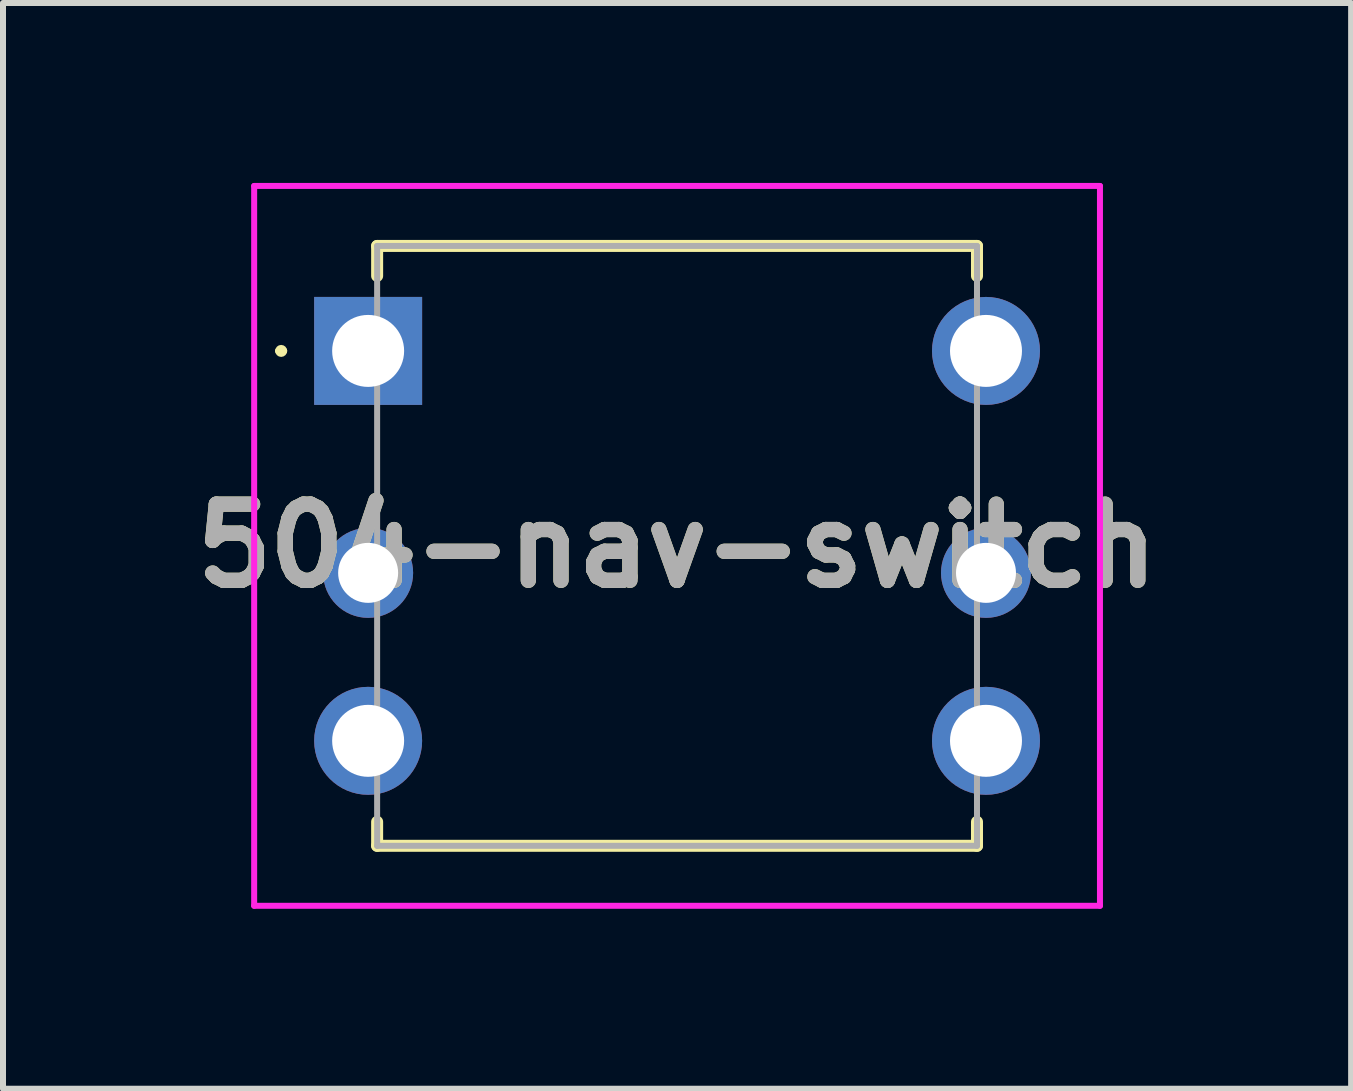
<source format=kicad_pcb>
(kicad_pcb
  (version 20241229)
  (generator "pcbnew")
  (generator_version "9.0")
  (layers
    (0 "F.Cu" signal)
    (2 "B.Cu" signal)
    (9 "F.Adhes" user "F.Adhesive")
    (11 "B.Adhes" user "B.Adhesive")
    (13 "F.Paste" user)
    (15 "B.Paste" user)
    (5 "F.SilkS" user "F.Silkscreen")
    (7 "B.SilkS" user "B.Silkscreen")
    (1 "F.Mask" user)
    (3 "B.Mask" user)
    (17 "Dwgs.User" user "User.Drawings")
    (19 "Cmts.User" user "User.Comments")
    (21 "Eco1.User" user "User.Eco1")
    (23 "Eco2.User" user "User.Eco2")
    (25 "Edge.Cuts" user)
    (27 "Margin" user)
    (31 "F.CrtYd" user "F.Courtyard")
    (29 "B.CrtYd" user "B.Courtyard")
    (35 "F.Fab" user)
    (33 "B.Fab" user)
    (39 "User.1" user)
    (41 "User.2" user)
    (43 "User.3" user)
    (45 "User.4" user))
  (footprint "504-nav-switch"
    (layer "F.Cu")
    (at 3.087 2.8)
    (property "Reference" "504-nav-switch" (at 5.15 3.25 0) (layer "F.SilkS") (effects (font (size 1.27 1.27) (thickness 0.254))))
    (attr through_hole)
    (fp_line (start -1.5 0) (end -1.5 0) (stroke (width 0.1) (type solid)) (layer "F.SilkS"))
    (fp_line (start -1.4 0) (end -1.4 0) (stroke (width 0.1) (type solid)) (layer "F.SilkS"))
    (fp_line (start 0.15 -1.75) (end 10.15 -1.75) (stroke (width 0.2) (type solid)) (layer "F.SilkS"))
    (fp_line (start 0.15 -1.25) (end 0.15 -1.75) (stroke (width 0.2) (type solid)) (layer "F.SilkS"))
    (fp_line (start 0.15 7.85) (end 0.15 8.25) (stroke (width 0.2) (type solid)) (layer "F.SilkS"))
    (fp_line (start 0.15 8.25) (end 10.15 8.25) (stroke (width 0.2) (type solid)) (layer "F.SilkS"))
    (fp_line (start 10.15 -1.75) (end 10.15 -1.25) (stroke (width 0.2) (type solid)) (layer "F.SilkS"))
    (fp_line (start 10.15 8.25) (end 10.15 7.85) (stroke (width 0.2) (type solid)) (layer "F.SilkS"))
    (fp_arc (start -1.5 0) (mid -1.45 -0.05) (end -1.4 0) (stroke (width 0.1) (type solid)) (layer "F.SilkS"))
    (fp_arc (start -1.4 0) (mid -1.45 0.05) (end -1.5 0) (stroke (width 0.1) (type solid)) (layer "F.SilkS"))
    (fp_line (start -1.9 -2.75) (end 12.2 -2.75) (stroke (width 0.1) (type solid)) (layer "F.CrtYd"))
    (fp_line (start -1.9 9.25) (end -1.9 -2.75) (stroke (width 0.1) (type solid)) (layer "F.CrtYd"))
    (fp_line (start 12.2 -2.75) (end 12.2 9.25) (stroke (width 0.1) (type solid)) (layer "F.CrtYd"))
    (fp_line (start 12.2 9.25) (end -1.9 9.25) (stroke (width 0.1) (type solid)) (layer "F.CrtYd"))
    (fp_line (start 0.15 -1.75) (end 10.15 -1.75) (stroke (width 0.1) (type solid)) (layer "F.Fab"))
    (fp_line (start 0.15 8.25) (end 0.15 -1.75) (stroke (width 0.1) (type solid)) (layer "F.Fab"))
    (fp_line (start 10.15 -1.75) (end 10.15 8.25) (stroke (width 0.1) (type solid)) (layer "F.Fab"))
    (fp_line (start 10.15 8.25) (end 0.15 8.25) (stroke (width 0.1) (type solid)) (layer "F.Fab"))
    (fp_text user "${REFERENCE}" (at 5.15 3.25 0) (layer "F.Fab") (effects (font (size 1.27 1.27) (thickness 0.254))))
    (pad "1" thru_hole rect (at 0 0) (size 1.8 1.8) (drill 1.2) (layers "*.Cu" "*.Mask"))
    (pad "2" thru_hole circle (at 0 3.7) (size 1.5 1.5) (drill 1) (layers "*.Cu" "*.Mask"))
    (pad "3" thru_hole circle (at 0 6.5) (size 1.8 1.8) (drill 1.2) (layers "*.Cu" "*.Mask"))
    (pad "4" thru_hole circle (at 10.3 6.5) (size 1.8 1.8) (drill 1.2) (layers "*.Cu" "*.Mask"))
    (pad "5" thru_hole circle (at 10.3 3.7) (size 1.5 1.5) (drill 1) (layers "*.Cu" "*.Mask"))
    (pad "6" thru_hole circle (at 10.3 0) (size 1.8 1.8) (drill 1.2) (layers "*.Cu" "*.Mask")))
  (gr_rect
    (start -3 -3)
    (end 19.474 15.1)
    (stroke (width 0.1) (type default))
    (fill no)
    (layer "Edge.Cuts")))
</source>
